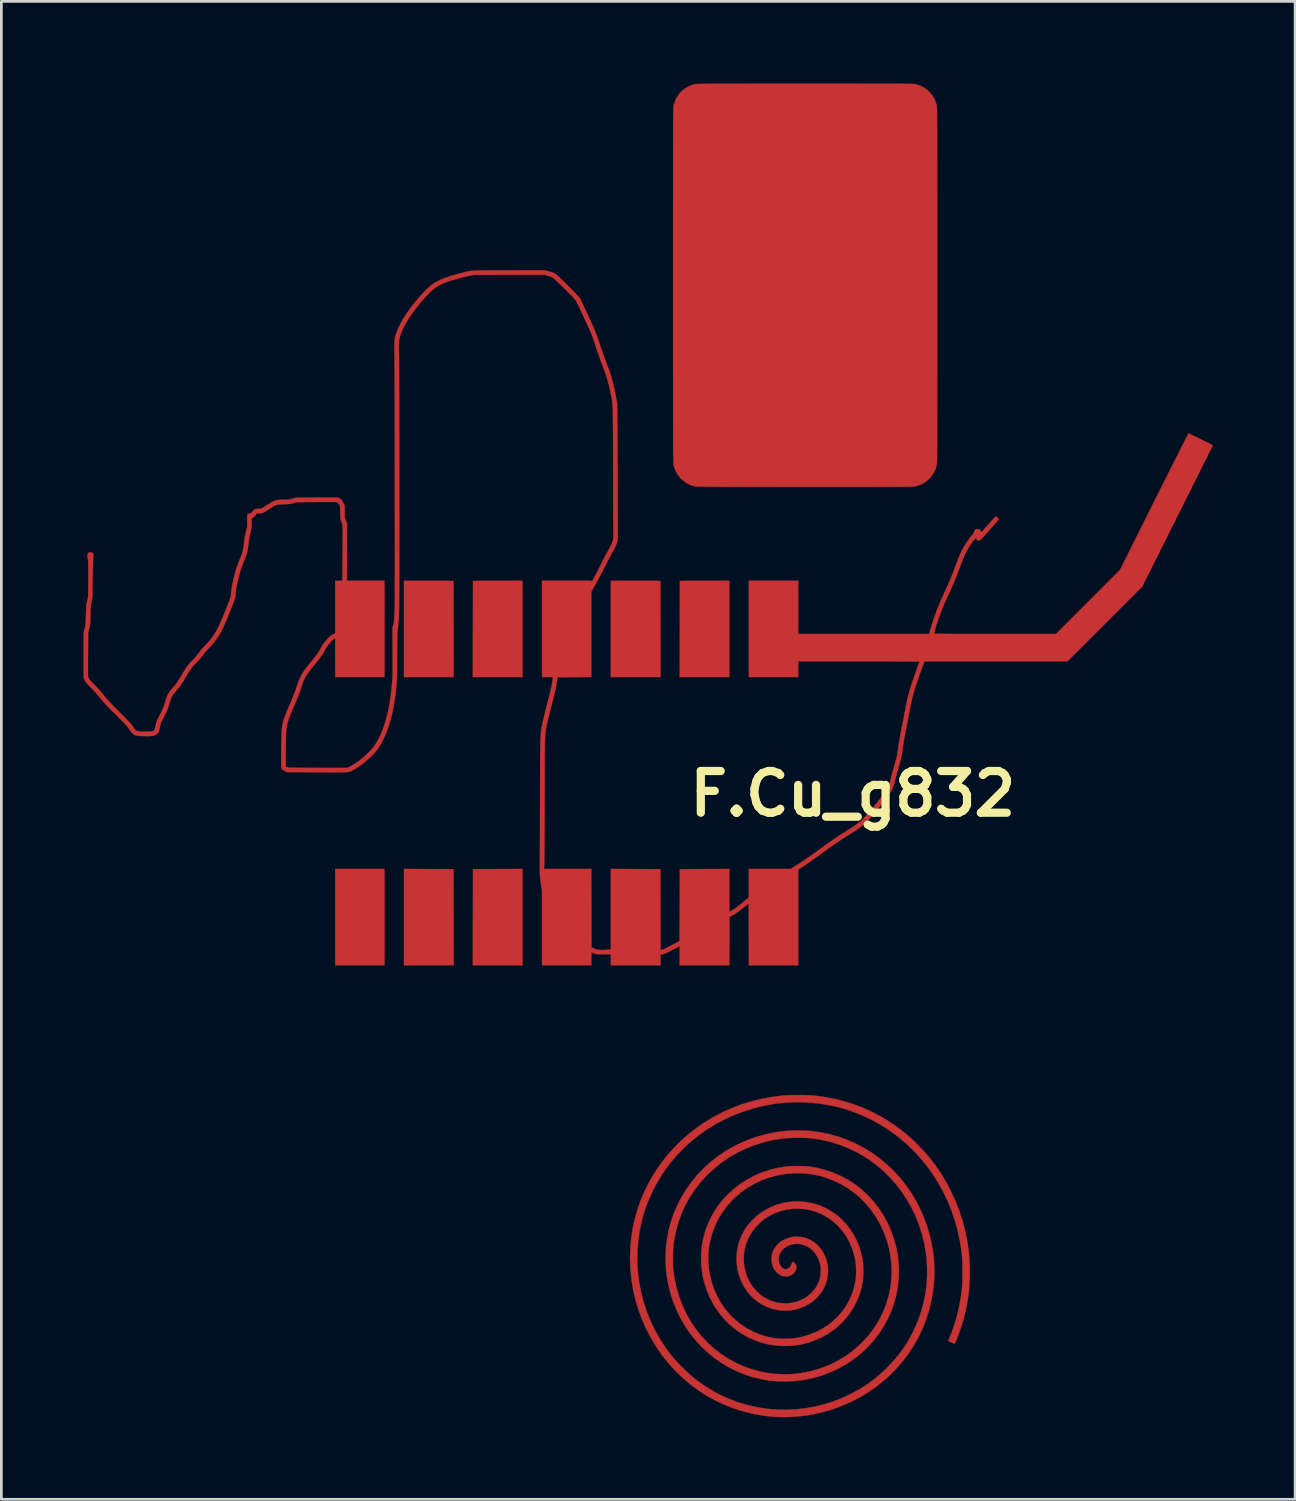
<source format=kicad_pcb>
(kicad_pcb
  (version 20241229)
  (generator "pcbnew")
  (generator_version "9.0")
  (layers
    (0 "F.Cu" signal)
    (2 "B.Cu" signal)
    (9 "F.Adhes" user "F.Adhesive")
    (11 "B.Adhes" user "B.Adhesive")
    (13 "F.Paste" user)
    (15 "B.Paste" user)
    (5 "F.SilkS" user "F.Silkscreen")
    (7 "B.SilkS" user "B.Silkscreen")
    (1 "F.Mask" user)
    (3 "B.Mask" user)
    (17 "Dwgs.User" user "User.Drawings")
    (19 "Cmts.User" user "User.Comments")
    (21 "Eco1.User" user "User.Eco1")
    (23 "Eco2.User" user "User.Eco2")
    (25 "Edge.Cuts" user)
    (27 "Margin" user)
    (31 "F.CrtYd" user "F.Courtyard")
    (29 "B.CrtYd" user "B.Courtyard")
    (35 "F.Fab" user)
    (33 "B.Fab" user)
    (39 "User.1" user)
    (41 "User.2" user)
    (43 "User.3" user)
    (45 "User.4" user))
  (footprint "F.Cu_g832"
    (layer "F.Cu")
    (at 28.104 25.951)
    (property "Reference" "F.Cu_g832" (at 0 0 0) (layer "F.SilkS") (effects (font (size 1.524 1.524) (thickness 0.3))))
    (attr through_hole)
    (fp_poly (pts (xy -17.107 6.261) (xy -18.91 6.261) (xy -18.91 2.743) (xy -17.107 2.743) (xy -17.107 6.261)) (stroke (width 0.01) (type solid)) (fill yes) (layer "F.Cu"))
    (fp_poly (pts (xy -12.065 -4.267) (xy -13.881 -4.267) (xy -13.875 -7.779) (xy -12.065 -7.785) (xy -12.065 -4.267)) (stroke (width 0.01) (type solid)) (fill yes) (layer "F.Cu"))
    (fp_poly (pts (xy -12.065 6.261) (xy -13.881 6.261) (xy -13.875 2.75) (xy -12.065 2.743) (xy -12.065 6.261)) (stroke (width 0.01) (type solid)) (fill yes) (layer "F.Cu"))
    (fp_poly (pts (xy -4.508 -4.267) (xy -6.325 -4.267) (xy -6.318 -7.779) (xy -4.508 -7.785) (xy -4.508 -4.267)) (stroke (width 0.01) (type solid)) (fill yes) (layer "F.Cu"))
    (fp_poly (pts (xy -14.586 -7.779) (xy -14.583 -6.023) (xy -14.58 -4.267) (xy -16.396 -4.267) (xy -16.396 -7.785) (xy -14.586 -7.779)) (stroke (width 0.01) (type solid)) (fill yes) (layer "F.Cu"))
    (fp_poly (pts (xy -14.586 2.75) (xy -14.583 4.505) (xy -14.58 6.261) (xy -16.396 6.261) (xy -16.396 2.743) (xy -14.586 2.75)) (stroke (width 0.01) (type solid)) (fill yes) (layer "F.Cu"))
    (fp_poly (pts (xy -7.029 -7.779) (xy -7.026 -6.023) (xy -7.023 -4.267) (xy -8.839 -4.267) (xy -8.839 -7.785) (xy -7.029 -7.779)) (stroke (width 0.01) (type solid)) (fill yes) (layer "F.Cu"))
    (fp_poly (pts (xy -1.363 -25.946) (xy -1.01 -25.946) (xy -0.681 -25.946) (xy -0.376 -25.946) (xy -0.092 -25.946) (xy 0.171 -25.946) (xy 0.413 -25.945) (xy 0.636 -25.945) (xy 0.84 -25.945) (xy 1.027 -25.945) (xy 1.196 -25.944) (xy 1.349 -25.944) (xy 1.487 -25.943) (xy 1.61 -25.943) (xy 1.72 -25.942) (xy 1.817 -25.941) (xy 1.902 -25.94) (xy 1.976 -25.939) (xy 2.04 -25.938) (xy 2.094 -25.937) (xy 2.14 -25.936) (xy 2.178 -25.935) (xy 2.209 -25.933) (xy 2.234 -25.932) (xy 2.254 -25.93) (xy 2.269 -25.928) (xy 2.281 -25.926) (xy 2.283 -25.926) (xy 2.433 -25.882) (xy 2.572 -25.817) (xy 2.7 -25.732) (xy 2.812 -25.629) (xy 2.908 -25.51) (xy 2.986 -25.378) (xy 3.043 -25.234) (xy 3.066 -25.143) (xy 3.067 -25.134) (xy 3.069 -25.122) (xy 3.07 -25.106) (xy 3.072 -25.086) (xy 3.073 -25.06) (xy 3.074 -25.028) (xy 3.075 -24.99) (xy 3.076 -24.945) (xy 3.077 -24.892) (xy 3.078 -24.831) (xy 3.079 -24.761) (xy 3.079 -24.681) (xy 3.08 -24.59) (xy 3.081 -24.489) (xy 3.081 -24.376) (xy 3.082 -24.251) (xy 3.083 -24.112) (xy 3.083 -23.96) (xy 3.083 -23.794) (xy 3.084 -23.613) (xy 3.084 -23.417) (xy 3.085 -23.204) (xy 3.085 -22.974) (xy 3.085 -22.727) (xy 3.085 -22.462) (xy 3.085 -22.178) (xy 3.086 -21.874) (xy 3.086 -21.55) (xy 3.086 -21.206) (xy 3.086 -20.84) (xy 3.086 -20.452) (xy 3.086 -20.042) (xy 3.086 -19.608) (xy 3.086 -19.15) (xy 3.086 -18.668) (xy 3.086 -18.58) (xy 3.086 -18.093) (xy 3.086 -17.631) (xy 3.086 -17.193) (xy 3.086 -16.779) (xy 3.086 -16.387) (xy 3.086 -16.017) (xy 3.086 -15.669) (xy 3.086 -15.342) (xy 3.085 -15.035) (xy 3.085 -14.747) (xy 3.085 -14.479) (xy 3.085 -14.228) (xy 3.085 -13.996) (xy 3.084 -13.78) (xy 3.084 -13.581) (xy 3.084 -13.397) (xy 3.083 -13.228) (xy 3.083 -13.074) (xy 3.082 -12.933) (xy 3.082 -12.805) (xy 3.081 -12.69) (xy 3.08 -12.587) (xy 3.08 -12.495) (xy 3.079 -12.413) (xy 3.078 -12.341) (xy 3.077 -12.278) (xy 3.076 -12.224) (xy 3.075 -12.177) (xy 3.074 -12.138) (xy 3.073 -12.105) (xy 3.072 -12.079) (xy 3.07 -12.057) (xy 3.069 -12.04) (xy 3.068 -12.028) (xy 3.066 -12.018) (xy 3.066 -12.017) (xy 3.023 -11.867) (xy 2.957 -11.728) (xy 2.872 -11.601) (xy 2.769 -11.488) (xy 2.65 -11.392) (xy 2.518 -11.314) (xy 2.374 -11.258) (xy 2.283 -11.234) (xy 2.272 -11.232) (xy 2.258 -11.231) (xy 2.239 -11.229) (xy 2.216 -11.227) (xy 2.187 -11.226) (xy 2.151 -11.225) (xy 2.107 -11.223) (xy 2.055 -11.222) (xy 1.994 -11.221) (xy 1.923 -11.22) (xy 1.841 -11.219) (xy 1.748 -11.219) (xy 1.642 -11.218) (xy 1.522 -11.217) (xy 1.388 -11.217) (xy 1.24 -11.216) (xy 1.075 -11.216) (xy 0.894 -11.216) (xy 0.695 -11.215) (xy 0.477 -11.215) (xy 0.24 -11.215) (xy -0.016 -11.215) (xy -0.294 -11.215) (xy -0.594 -11.215) (xy -0.916 -11.215) (xy -1.261 -11.215) (xy -1.631 -11.215) (xy -1.749 -11.215) (xy -2.128 -11.215) (xy -2.483 -11.215) (xy -2.814 -11.216) (xy -3.122 -11.216) (xy -3.408 -11.216) (xy -3.673 -11.216) (xy -3.917 -11.216) (xy -4.142 -11.217) (xy -4.347 -11.217) (xy -4.535 -11.218) (xy -4.706 -11.218) (xy -4.86 -11.219) (xy -4.999 -11.219) (xy -5.123 -11.22) (xy -5.234 -11.221) (xy -5.331 -11.221) (xy -5.416 -11.222) (xy -5.49 -11.223) (xy -5.553 -11.224) (xy -5.606 -11.225) (xy -5.651 -11.227) (xy -5.687 -11.228) (xy -5.716 -11.229) (xy -5.739 -11.231) (xy -5.756 -11.233) (xy -5.769 -11.235) (xy -5.772 -11.235) (xy -5.921 -11.28) (xy -6.059 -11.346) (xy -6.185 -11.433) (xy -6.297 -11.537) (xy -6.392 -11.657) (xy -6.469 -11.792) (xy -6.526 -11.938) (xy -6.541 -11.994) (xy -6.543 -12.002) (xy -6.545 -12.01) (xy -6.546 -12.02) (xy -6.548 -12.033) (xy -6.549 -12.047) (xy -6.551 -12.065) (xy -6.552 -12.087) (xy -6.553 -12.114) (xy -6.554 -12.146) (xy -6.556 -12.184) (xy -6.557 -12.228) (xy -6.557 -12.28) (xy -6.558 -12.34) (xy -6.559 -12.408) (xy -6.56 -12.485) (xy -6.561 -12.573) (xy -6.561 -12.671) (xy -6.562 -12.78) (xy -6.562 -12.901) (xy -6.563 -13.035) (xy -6.563 -13.182) (xy -6.564 -13.342) (xy -6.564 -13.518) (xy -6.564 -13.708) (xy -6.565 -13.914) (xy -6.565 -14.137) (xy -6.565 -14.377) (xy -6.565 -14.635) (xy -6.565 -14.911) (xy -6.565 -15.207) (xy -6.566 -15.522) (xy -6.566 -15.858) (xy -6.566 -16.214) (xy -6.566 -16.593) (xy -6.566 -16.994) (xy -6.566 -17.418) (xy -6.566 -17.866) (xy -6.566 -18.338) (xy -6.566 -18.58) (xy -6.566 -19.065) (xy -6.566 -19.524) (xy -6.566 -19.96) (xy -6.566 -20.372) (xy -6.566 -20.762) (xy -6.566 -21.129) (xy -6.566 -21.475) (xy -6.565 -21.801) (xy -6.565 -22.106) (xy -6.565 -22.391) (xy -6.565 -22.658) (xy -6.565 -22.907) (xy -6.565 -23.138) (xy -6.564 -23.352) (xy -6.564 -23.551) (xy -6.564 -23.733) (xy -6.563 -23.901) (xy -6.563 -24.055) (xy -6.563 -24.195) (xy -6.562 -24.322) (xy -6.562 -24.437) (xy -6.561 -24.54) (xy -6.56 -24.633) (xy -6.56 -24.715) (xy -6.559 -24.788) (xy -6.558 -24.852) (xy -6.557 -24.908) (xy -6.556 -24.956) (xy -6.555 -24.997) (xy -6.554 -25.031) (xy -6.553 -25.061) (xy -6.551 -25.085) (xy -6.55 -25.105) (xy -6.549 -25.121) (xy -6.547 -25.134) (xy -6.545 -25.145) (xy -6.544 -25.154) (xy -6.542 -25.163) (xy -6.541 -25.166) (xy -6.492 -25.317) (xy -6.422 -25.456) (xy -6.333 -25.582) (xy -6.227 -25.692) (xy -6.105 -25.785) (xy -5.97 -25.859) (xy -5.824 -25.912) (xy -5.763 -25.926) (xy -5.752 -25.928) (xy -5.738 -25.93) (xy -5.719 -25.931) (xy -5.695 -25.933) (xy -5.666 -25.934) (xy -5.629 -25.936) (xy -5.585 -25.937) (xy -5.533 -25.938) (xy -5.472 -25.939) (xy -5.4 -25.94) (xy -5.318 -25.941) (xy -5.223 -25.942) (xy -5.116 -25.942) (xy -4.996 -25.943) (xy -4.862 -25.944) (xy -4.712 -25.944) (xy -4.546 -25.945) (xy -4.364 -25.945) (xy -4.163 -25.945) (xy -3.945 -25.945) (xy -3.707 -25.946) (xy -3.449 -25.946) (xy -3.17 -25.946) (xy -2.869 -25.946) (xy -2.545 -25.946) (xy -2.198 -25.946) (xy -1.826 -25.946) (xy -1.74 -25.946) (xy -1.363 -25.946)) (stroke (width 0.01) (type solid)) (fill yes) (layer "F.Cu"))
    (fp_poly (pts (xy -1.836 11.005) (xy -1.713 11.007) (xy -1.601 11.01) (xy -1.505 11.014) (xy -1.429 11.02) (xy -1.422 11.021) (xy -1.034 11.073) (xy -0.663 11.144) (xy -0.306 11.233) (xy 0.04 11.341) (xy 0.375 11.469) (xy 0.703 11.618) (xy 1.025 11.788) (xy 1.168 11.872) (xy 1.457 12.055) (xy 1.728 12.249) (xy 1.987 12.459) (xy 2.24 12.687) (xy 2.329 12.774) (xy 2.58 13.034) (xy 2.81 13.299) (xy 3.021 13.573) (xy 3.216 13.859) (xy 3.398 14.161) (xy 3.57 14.483) (xy 3.581 14.505) (xy 3.752 14.875) (xy 3.898 15.252) (xy 4.022 15.636) (xy 4.121 16.024) (xy 4.196 16.416) (xy 4.247 16.812) (xy 4.275 17.209) (xy 4.278 17.606) (xy 4.257 18.003) (xy 4.213 18.398) (xy 4.144 18.79) (xy 4.05 19.179) (xy 3.933 19.562) (xy 3.815 19.88) (xy 3.788 19.947) (xy 3.764 20.005) (xy 3.745 20.051) (xy 3.733 20.08) (xy 3.728 20.088) (xy 3.715 20.086) (xy 3.684 20.074) (xy 3.64 20.057) (xy 3.603 20.041) (xy 3.483 19.988) (xy 3.544 19.844) (xy 3.665 19.53) (xy 3.771 19.198) (xy 3.859 18.851) (xy 3.93 18.491) (xy 3.983 18.121) (xy 3.984 18.117) (xy 3.992 18.028) (xy 3.998 17.92) (xy 4.003 17.795) (xy 4.006 17.659) (xy 4.007 17.517) (xy 4.007 17.373) (xy 4.005 17.232) (xy 4.002 17.099) (xy 3.996 16.978) (xy 3.99 16.874) (xy 3.984 16.817) (xy 3.925 16.404) (xy 3.842 16.002) (xy 3.737 15.61) (xy 3.609 15.228) (xy 3.457 14.858) (xy 3.283 14.498) (xy 3.086 14.149) (xy 2.932 13.909) (xy 2.707 13.594) (xy 2.463 13.297) (xy 2.202 13.017) (xy 1.925 12.755) (xy 1.633 12.512) (xy 1.327 12.288) (xy 1.008 12.085) (xy 0.677 11.903) (xy 0.335 11.742) (xy -0.017 11.603) (xy -0.378 11.488) (xy -0.747 11.396) (xy -0.826 11.38) (xy -1.209 11.316) (xy -1.595 11.277) (xy -1.981 11.263) (xy -2.367 11.273) (xy -2.75 11.309) (xy -2.762 11.31) (xy -3.145 11.372) (xy -3.524 11.459) (xy -3.897 11.569) (xy -4.262 11.703) (xy -4.618 11.86) (xy -4.964 12.04) (xy -5.297 12.241) (xy -5.314 12.252) (xy -5.62 12.467) (xy -5.913 12.703) (xy -6.191 12.958) (xy -6.452 13.231) (xy -6.694 13.52) (xy -6.811 13.676) (xy -6.986 13.932) (xy -7.15 14.206) (xy -7.302 14.493) (xy -7.437 14.786) (xy -7.553 15.08) (xy -7.597 15.208) (xy -7.698 15.555) (xy -7.777 15.911) (xy -7.832 16.274) (xy -7.864 16.641) (xy -7.873 17.009) (xy -7.859 17.377) (xy -7.82 17.741) (xy -7.804 17.851) (xy -7.731 18.226) (xy -7.634 18.594) (xy -7.514 18.952) (xy -7.369 19.301) (xy -7.202 19.641) (xy -7.011 19.971) (xy -6.798 20.29) (xy -6.611 20.536) (xy -6.546 20.614) (xy -6.465 20.704) (xy -6.373 20.803) (xy -6.272 20.906) (xy -6.169 21.009) (xy -6.065 21.109) (xy -5.966 21.201) (xy -5.876 21.281) (xy -5.804 21.341) (xy -5.613 21.486) (xy -5.409 21.627) (xy -5.198 21.76) (xy -4.99 21.88) (xy -4.863 21.946) (xy -4.536 22.096) (xy -4.201 22.223) (xy -3.86 22.326) (xy -3.514 22.405) (xy -3.165 22.46) (xy -2.813 22.493) (xy -2.46 22.502) (xy -2.107 22.487) (xy -1.756 22.45) (xy -1.407 22.389) (xy -1.063 22.306) (xy -0.723 22.199) (xy -0.39 22.07) (xy -0.065 21.918) (xy 0.251 21.744) (xy 0.517 21.575) (xy 0.701 21.444) (xy 0.875 21.307) (xy 1.045 21.16) (xy 1.218 20.995) (xy 1.258 20.956) (xy 1.465 20.738) (xy 1.651 20.52) (xy 1.819 20.297) (xy 1.973 20.065) (xy 2.115 19.817) (xy 2.197 19.659) (xy 2.344 19.338) (xy 2.467 19.01) (xy 2.565 18.675) (xy 2.639 18.333) (xy 2.689 17.987) (xy 2.714 17.637) (xy 2.714 17.284) (xy 2.689 16.929) (xy 2.667 16.751) (xy 2.607 16.407) (xy 2.523 16.069) (xy 2.417 15.741) (xy 2.29 15.421) (xy 2.142 15.113) (xy 1.973 14.816) (xy 1.786 14.533) (xy 1.579 14.264) (xy 1.356 14.011) (xy 1.115 13.774) (xy 0.858 13.556) (xy 0.585 13.356) (xy 0.393 13.233) (xy 0.105 13.071) (xy -0.189 12.932) (xy -0.49 12.815) (xy -0.801 12.72) (xy -1.124 12.645) (xy -1.461 12.589) (xy -1.511 12.583) (xy -1.586 12.576) (xy -1.681 12.571) (xy -1.791 12.568) (xy -1.912 12.566) (xy -2.038 12.566) (xy -2.163 12.568) (xy -2.284 12.572) (xy -2.395 12.577) (xy -2.491 12.583) (xy -2.559 12.59) (xy -2.91 12.647) (xy -3.25 12.727) (xy -3.579 12.829) (xy -3.897 12.953) (xy -4.202 13.099) (xy -4.495 13.267) (xy -4.774 13.455) (xy -5.039 13.665) (xy -5.289 13.895) (xy -5.361 13.967) (xy -5.584 14.215) (xy -5.785 14.477) (xy -5.965 14.75) (xy -6.122 15.036) (xy -6.257 15.334) (xy -6.369 15.643) (xy -6.458 15.964) (xy -6.525 16.296) (xy -6.549 16.453) (xy -6.557 16.533) (xy -6.563 16.633) (xy -6.568 16.747) (xy -6.571 16.869) (xy -6.572 16.995) (xy -6.571 17.118) (xy -6.568 17.232) (xy -6.563 17.333) (xy -6.556 17.414) (xy -6.555 17.418) (xy -6.504 17.755) (xy -6.43 18.082) (xy -6.334 18.398) (xy -6.217 18.703) (xy -6.079 18.995) (xy -5.921 19.274) (xy -5.744 19.539) (xy -5.547 19.788) (xy -5.331 20.022) (xy -5.096 20.238) (xy -4.844 20.437) (xy -4.816 20.458) (xy -4.55 20.633) (xy -4.275 20.784) (xy -3.99 20.913) (xy -3.698 21.019) (xy -3.4 21.101) (xy -3.097 21.159) (xy -2.79 21.194) (xy -2.48 21.205) (xy -2.169 21.192) (xy -1.859 21.155) (xy -1.549 21.093) (xy -1.242 21.007) (xy -1.067 20.946) (xy -0.781 20.827) (xy -0.509 20.687) (xy -0.25 20.528) (xy -0.006 20.351) (xy 0.222 20.156) (xy 0.434 19.945) (xy 0.628 19.719) (xy 0.802 19.479) (xy 0.957 19.227) (xy 1.092 18.963) (xy 1.204 18.688) (xy 1.293 18.403) (xy 1.303 18.365) (xy 1.367 18.067) (xy 1.406 17.767) (xy 1.42 17.466) (xy 1.41 17.166) (xy 1.376 16.869) (xy 1.318 16.576) (xy 1.236 16.288) (xy 1.132 16.007) (xy 1.004 15.734) (xy 0.853 15.47) (xy 0.681 15.217) (xy 0.66 15.189) (xy 0.479 14.971) (xy 0.28 14.769) (xy 0.064 14.585) (xy -0.166 14.418) (xy -0.409 14.271) (xy -0.663 14.145) (xy -0.926 14.04) (xy -1.195 13.959) (xy -1.403 13.913) (xy -1.689 13.873) (xy -1.975 13.857) (xy -2.259 13.866) (xy -2.54 13.897) (xy -2.817 13.952) (xy -3.087 14.029) (xy -3.35 14.127) (xy -3.603 14.248) (xy -3.845 14.389) (xy -4.074 14.551) (xy -4.289 14.732) (xy -4.381 14.821) (xy -4.57 15.027) (xy -4.737 15.247) (xy -4.884 15.48) (xy -5.009 15.725) (xy -5.111 15.98) (xy -5.19 16.244) (xy -5.246 16.515) (xy -5.251 16.549) (xy -5.277 16.813) (xy -5.278 17.08) (xy -5.257 17.347) (xy -5.212 17.611) (xy -5.145 17.871) (xy -5.056 18.123) (xy -4.946 18.366) (xy -4.815 18.598) (xy -4.665 18.815) (xy -4.658 18.823) (xy -4.486 19.027) (xy -4.297 19.211) (xy -4.094 19.376) (xy -3.878 19.52) (xy -3.65 19.643) (xy -3.412 19.744) (xy -3.164 19.822) (xy -2.908 19.876) (xy -2.863 19.883) (xy -2.759 19.895) (xy -2.64 19.902) (xy -2.511 19.905) (xy -2.381 19.904) (xy -2.258 19.898) (xy -2.148 19.889) (xy -2.102 19.883) (xy -1.84 19.831) (xy -1.589 19.757) (xy -1.35 19.662) (xy -1.124 19.546) (xy -0.912 19.41) (xy -0.715 19.254) (xy -0.558 19.104) (xy -0.394 18.917) (xy -0.253 18.72) (xy -0.134 18.511) (xy -0.036 18.29) (xy 0.041 18.056) (xy 0.097 17.806) (xy 0.097 17.805) (xy 0.109 17.719) (xy 0.116 17.614) (xy 0.12 17.497) (xy 0.119 17.375) (xy 0.115 17.256) (xy 0.107 17.145) (xy 0.095 17.049) (xy 0.091 17.031) (xy 0.036 16.791) (xy -0.041 16.562) (xy -0.138 16.346) (xy -0.254 16.143) (xy -0.388 15.955) (xy -0.54 15.784) (xy -0.708 15.63) (xy -0.891 15.495) (xy -1.09 15.379) (xy -1.114 15.367) (xy -1.323 15.278) (xy -1.538 15.212) (xy -1.757 15.17) (xy -1.978 15.153) (xy -2.199 15.159) (xy -2.419 15.189) (xy -2.634 15.242) (xy -2.845 15.318) (xy -3.048 15.418) (xy -3.185 15.502) (xy -3.308 15.595) (xy -3.431 15.708) (xy -3.549 15.835) (xy -3.656 15.97) (xy -3.748 16.108) (xy -3.821 16.244) (xy -3.897 16.439) (xy -3.95 16.638) (xy -3.979 16.841) (xy -3.984 17.044) (xy -3.966 17.245) (xy -3.925 17.444) (xy -3.861 17.636) (xy -3.774 17.82) (xy -3.705 17.935) (xy -3.646 18.015) (xy -3.574 18.101) (xy -3.493 18.187) (xy -3.409 18.266) (xy -3.329 18.333) (xy -3.277 18.37) (xy -3.107 18.466) (xy -2.932 18.539) (xy -2.752 18.588) (xy -2.569 18.612) (xy -2.385 18.613) (xy -2.203 18.59) (xy -2.023 18.543) (xy -1.849 18.472) (xy -1.748 18.418) (xy -1.665 18.362) (xy -1.578 18.29) (xy -1.493 18.208) (xy -1.415 18.121) (xy -1.35 18.035) (xy -1.317 17.983) (xy -1.252 17.851) (xy -1.207 17.723) (xy -1.181 17.59) (xy -1.172 17.474) (xy -1.17 17.386) (xy -1.172 17.314) (xy -1.179 17.25) (xy -1.187 17.208) (xy -1.228 17.059) (xy -1.287 16.923) (xy -1.362 16.802) (xy -1.45 16.696) (xy -1.551 16.607) (xy -1.662 16.535) (xy -1.781 16.482) (xy -1.906 16.45) (xy -2.036 16.438) (xy -2.167 16.449) (xy -2.299 16.482) (xy -2.384 16.518) (xy -2.486 16.579) (xy -2.571 16.658) (xy -2.639 16.75) (xy -2.686 16.853) (xy -2.704 16.924) (xy -2.71 17.013) (xy -2.698 17.101) (xy -2.671 17.184) (xy -2.629 17.256) (xy -2.576 17.315) (xy -2.513 17.353) (xy -2.508 17.355) (xy -2.453 17.369) (xy -2.406 17.363) (xy -2.359 17.335) (xy -2.35 17.328) (xy -2.326 17.31) (xy -2.312 17.304) (xy -2.311 17.306) (xy -2.305 17.3) (xy -2.291 17.276) (xy -2.27 17.237) (xy -2.253 17.205) (xy -2.229 17.158) (xy -2.208 17.121) (xy -2.193 17.099) (xy -2.189 17.094) (xy -2.167 17.103) (xy -2.138 17.127) (xy -2.109 17.157) (xy -2.085 17.189) (xy -2.078 17.2) (xy -2.059 17.269) (xy -2.062 17.339) (xy -2.084 17.408) (xy -2.124 17.473) (xy -2.178 17.531) (xy -2.245 17.578) (xy -2.321 17.612) (xy -2.403 17.63) (xy -2.438 17.631) (xy -2.546 17.619) (xy -2.647 17.583) (xy -2.738 17.524) (xy -2.82 17.441) (xy -2.839 17.416) (xy -2.901 17.318) (xy -2.941 17.213) (xy -2.964 17.095) (xy -2.969 17.037) (xy -2.965 16.9) (xy -2.94 16.773) (xy -2.892 16.656) (xy -2.82 16.545) (xy -2.737 16.451) (xy -2.684 16.4) (xy -2.638 16.362) (xy -2.59 16.33) (xy -2.532 16.299) (xy -2.501 16.284) (xy -2.383 16.233) (xy -2.273 16.199) (xy -2.161 16.181) (xy -2.037 16.176) (xy -2.026 16.176) (xy -1.866 16.19) (xy -1.714 16.226) (xy -1.571 16.285) (xy -1.437 16.363) (xy -1.315 16.46) (xy -1.206 16.573) (xy -1.111 16.701) (xy -1.032 16.842) (xy -0.97 16.995) (xy -0.928 17.159) (xy -0.905 17.33) (xy -0.902 17.429) (xy -0.915 17.613) (xy -0.952 17.79) (xy -1.011 17.96) (xy -1.092 18.121) (xy -1.193 18.27) (xy -1.312 18.408) (xy -1.45 18.531) (xy -1.603 18.638) (xy -1.773 18.728) (xy -1.938 18.794) (xy -2.135 18.847) (xy -2.333 18.875) (xy -2.532 18.879) (xy -2.728 18.861) (xy -2.921 18.82) (xy -3.108 18.756) (xy -3.287 18.672) (xy -3.457 18.567) (xy -3.615 18.442) (xy -3.759 18.298) (xy -3.883 18.143) (xy -4 17.956) (xy -4.096 17.758) (xy -4.168 17.552) (xy -4.218 17.34) (xy -4.245 17.123) (xy -4.248 16.905) (xy -4.228 16.686) (xy -4.183 16.469) (xy -4.137 16.32) (xy -4.052 16.114) (xy -3.947 15.922) (xy -3.823 15.743) (xy -3.681 15.58) (xy -3.524 15.432) (xy -3.354 15.3) (xy -3.17 15.185) (xy -2.976 15.088) (xy -2.773 15.009) (xy -2.562 14.949) (xy -2.346 14.909) (xy -2.125 14.889) (xy -1.901 14.891) (xy -1.676 14.914) (xy -1.452 14.96) (xy -1.23 15.029) (xy -1.219 15.033) (xy -0.995 15.13) (xy -0.785 15.248) (xy -0.588 15.385) (xy -0.407 15.542) (xy -0.242 15.716) (xy -0.093 15.906) (xy 0.038 16.111) (xy 0.15 16.33) (xy 0.242 16.562) (xy 0.313 16.805) (xy 0.363 17.056) (xy 0.373 17.147) (xy 0.381 17.255) (xy 0.385 17.373) (xy 0.385 17.493) (xy 0.382 17.608) (xy 0.376 17.71) (xy 0.37 17.767) (xy 0.322 18.025) (xy 0.251 18.275) (xy 0.155 18.515) (xy 0.134 18.562) (xy 0.008 18.798) (xy -0.137 19.017) (xy -0.301 19.219) (xy -0.483 19.404) (xy -0.683 19.571) (xy -0.902 19.721) (xy -1.139 19.853) (xy -1.143 19.855) (xy -1.383 19.963) (xy -1.624 20.048) (xy -1.868 20.11) (xy -2.121 20.15) (xy -2.304 20.166) (xy -2.577 20.171) (xy -2.846 20.15) (xy -3.11 20.106) (xy -3.367 20.039) (xy -3.616 19.949) (xy -3.856 19.837) (xy -4.085 19.705) (xy -4.303 19.551) (xy -4.508 19.378) (xy -4.699 19.186) (xy -4.874 18.976) (xy -5.032 18.747) (xy -5.091 18.65) (xy -5.225 18.398) (xy -5.335 18.137) (xy -5.422 17.869) (xy -5.486 17.596) (xy -5.526 17.319) (xy -5.543 17.041) (xy -5.537 16.762) (xy -5.508 16.484) (xy -5.455 16.21) (xy -5.378 15.94) (xy -5.279 15.677) (xy -5.16 15.431) (xy -5.056 15.248) (xy -4.945 15.08) (xy -4.824 14.92) (xy -4.687 14.762) (xy -4.566 14.636) (xy -4.346 14.433) (xy -4.112 14.251) (xy -3.864 14.091) (xy -3.602 13.951) (xy -3.328 13.834) (xy -3.043 13.738) (xy -2.745 13.664) (xy -2.437 13.613) (xy -2.432 13.613) (xy -2.365 13.607) (xy -2.278 13.602) (xy -2.177 13.599) (xy -2.069 13.597) (xy -1.958 13.597) (xy -1.85 13.599) (xy -1.751 13.602) (xy -1.666 13.607) (xy -1.607 13.612) (xy -1.303 13.663) (xy -1.007 13.738) (xy -0.72 13.836) (xy -0.443 13.956) (xy -0.177 14.097) (xy 0.076 14.26) (xy 0.241 14.385) (xy 0.316 14.447) (xy 0.4 14.524) (xy 0.49 14.609) (xy 0.58 14.697) (xy 0.663 14.784) (xy 0.735 14.862) (xy 0.76 14.892) (xy 0.951 15.139) (xy 1.121 15.399) (xy 1.268 15.669) (xy 1.394 15.949) (xy 1.497 16.236) (xy 1.578 16.53) (xy 1.637 16.828) (xy 1.672 17.13) (xy 1.685 17.435) (xy 1.674 17.739) (xy 1.639 18.043) (xy 1.581 18.344) (xy 1.498 18.641) (xy 1.414 18.879) (xy 1.286 19.168) (xy 1.137 19.444) (xy 0.967 19.706) (xy 0.778 19.954) (xy 0.57 20.187) (xy 0.345 20.403) (xy 0.102 20.602) (xy -0.157 20.783) (xy -0.431 20.945) (xy -0.719 21.088) (xy -1.021 21.21) (xy -1.18 21.265) (xy -1.484 21.35) (xy -1.795 21.412) (xy -2.112 21.451) (xy -2.432 21.468) (xy -2.75 21.462) (xy -3.065 21.432) (xy -3.34 21.386) (xy -3.657 21.308) (xy -3.965 21.207) (xy -4.263 21.083) (xy -4.55 20.938) (xy -4.825 20.772) (xy -5.087 20.586) (xy -5.334 20.381) (xy -5.567 20.157) (xy -5.783 19.916) (xy -5.983 19.657) (xy -6.164 19.383) (xy -6.327 19.093) (xy -6.426 18.887) (xy -6.555 18.573) (xy -6.66 18.252) (xy -6.741 17.926) (xy -6.798 17.595) (xy -6.832 17.263) (xy -6.841 16.93) (xy -6.827 16.597) (xy -6.788 16.266) (xy -6.726 15.939) (xy -6.64 15.617) (xy -6.544 15.342) (xy -6.412 15.029) (xy -6.257 14.73) (xy -6.083 14.444) (xy -5.888 14.172) (xy -5.675 13.916) (xy -5.445 13.675) (xy -5.197 13.451) (xy -4.934 13.244) (xy -4.656 13.055) (xy -4.364 12.886) (xy -4.059 12.736) (xy -3.742 12.606) (xy -3.414 12.498) (xy -3.076 12.411) (xy -2.908 12.378) (xy -2.772 12.354) (xy -2.647 12.335) (xy -2.529 12.321) (xy -2.409 12.311) (xy -2.283 12.305) (xy -2.142 12.302) (xy -2.013 12.301) (xy -1.873 12.301) (xy -1.753 12.304) (xy -1.646 12.308) (xy -1.546 12.315) (xy -1.448 12.325) (xy -1.345 12.339) (xy -1.231 12.356) (xy -1.185 12.364) (xy -0.847 12.433) (xy -0.516 12.527) (xy -0.195 12.643) (xy 0.118 12.781) (xy 0.419 12.941) (xy 0.709 13.121) (xy 0.987 13.322) (xy 1.251 13.541) (xy 1.499 13.779) (xy 1.733 14.034) (xy 1.949 14.306) (xy 2.147 14.594) (xy 2.327 14.898) (xy 2.412 15.061) (xy 2.562 15.386) (xy 2.689 15.72) (xy 2.794 16.061) (xy 2.877 16.406) (xy 2.936 16.755) (xy 2.972 17.104) (xy 2.984 17.451) (xy 2.973 17.767) (xy 2.936 18.139) (xy 2.874 18.502) (xy 2.79 18.856) (xy 2.682 19.2) (xy 2.551 19.533) (xy 2.397 19.857) (xy 2.221 20.168) (xy 2.023 20.468) (xy 1.802 20.756) (xy 1.561 21.03) (xy 1.297 21.292) (xy 1.108 21.459) (xy 0.839 21.672) (xy 0.551 21.87) (xy 0.248 22.051) (xy -0.069 22.213) (xy -0.396 22.357) (xy -0.731 22.48) (xy -1.072 22.582) (xy -1.416 22.661) (xy -1.562 22.687) (xy -1.765 22.717) (xy -1.979 22.74) (xy -2.197 22.756) (xy -2.413 22.765) (xy -2.619 22.767) (xy -2.81 22.761) (xy -2.857 22.758) (xy -3.236 22.72) (xy -3.607 22.657) (xy -3.971 22.57) (xy -4.326 22.459) (xy -4.673 22.325) (xy -5.01 22.167) (xy -5.338 21.985) (xy -5.6 21.819) (xy -5.904 21.598) (xy -6.192 21.357) (xy -6.464 21.098) (xy -6.717 20.822) (xy -6.953 20.528) (xy -7.17 20.217) (xy -7.368 19.89) (xy -7.545 19.552) (xy -7.701 19.199) (xy -7.834 18.838) (xy -7.943 18.47) (xy -8.028 18.097) (xy -8.089 17.719) (xy -8.126 17.339) (xy -8.139 16.957) (xy -8.127 16.575) (xy -8.09 16.195) (xy -8.045 15.903) (xy -7.965 15.53) (xy -7.86 15.165) (xy -7.733 14.809) (xy -7.583 14.463) (xy -7.411 14.128) (xy -7.218 13.804) (xy -7.004 13.493) (xy -6.77 13.195) (xy -6.517 12.912) (xy -6.245 12.645) (xy -5.954 12.393) (xy -5.647 12.16) (xy -5.446 12.022) (xy -5.111 11.818) (xy -4.768 11.636) (xy -4.415 11.478) (xy -4.053 11.341) (xy -3.679 11.226) (xy -3.293 11.134) (xy -2.894 11.062) (xy -2.635 11.028) (xy -2.559 11.021) (xy -2.463 11.015) (xy -2.351 11.011) (xy -2.228 11.007) (xy -2.098 11.005) (xy -1.966 11.004) (xy -1.836 11.005)) (stroke (width 0.01) (type solid)) (fill yes) (layer "F.Cu"))
    (fp_poly (pts (xy -11.125 -19.094) (xy -11.066 -19.078) (xy -11.015 -19.063) (xy -10.97 -19.046) (xy -10.927 -19.027) (xy -10.885 -19.004) (xy -10.842 -18.974) (xy -10.794 -18.937) (xy -10.741 -18.89) (xy -10.678 -18.832) (xy -10.605 -18.762) (xy -10.518 -18.676) (xy -10.423 -18.582) (xy -10.339 -18.497) (xy -10.258 -18.416) (xy -10.185 -18.34) (xy -10.119 -18.272) (xy -10.064 -18.214) (xy -10.022 -18.168) (xy -9.995 -18.136) (xy -9.987 -18.126) (xy -9.97 -18.097) (xy -9.944 -18.047) (xy -9.91 -17.979) (xy -9.868 -17.893) (xy -9.82 -17.792) (xy -9.766 -17.678) (xy -9.707 -17.554) (xy -9.645 -17.421) (xy -9.581 -17.281) (xy -9.515 -17.136) (xy -9.479 -17.058) (xy -9.438 -16.962) (xy -9.392 -16.844) (xy -9.341 -16.707) (xy -9.286 -16.552) (xy -9.24 -16.416) (xy -9.202 -16.301) (xy -9.16 -16.182) (xy -9.118 -16.062) (xy -9.078 -15.947) (xy -9.04 -15.844) (xy -9.008 -15.757) (xy -8.994 -15.723) (xy -8.961 -15.637) (xy -8.929 -15.55) (xy -8.898 -15.468) (xy -8.873 -15.396) (xy -8.854 -15.342) (xy -8.852 -15.335) (xy -8.823 -15.238) (xy -8.792 -15.122) (xy -8.759 -14.993) (xy -8.727 -14.856) (xy -8.695 -14.716) (xy -8.667 -14.58) (xy -8.642 -14.453) (xy -8.622 -14.34) (xy -8.611 -14.262) (xy -8.609 -14.235) (xy -8.607 -14.187) (xy -8.605 -14.117) (xy -8.603 -14.024) (xy -8.602 -13.909) (xy -8.6 -13.772) (xy -8.599 -13.611) (xy -8.597 -13.427) (xy -8.596 -13.219) (xy -8.595 -12.987) (xy -8.594 -12.731) (xy -8.593 -12.45) (xy -8.592 -12.144) (xy -8.591 -11.855) (xy -8.59 -11.613) (xy -8.59 -11.377) (xy -8.589 -11.147) (xy -8.588 -10.926) (xy -8.588 -10.714) (xy -8.587 -10.514) (xy -8.587 -10.325) (xy -8.586 -10.151) (xy -8.586 -9.991) (xy -8.585 -9.848) (xy -8.585 -9.723) (xy -8.584 -9.617) (xy -8.584 -9.532) (xy -8.584 -9.468) (xy -8.583 -9.428) (xy -8.583 -9.417) (xy -8.584 -9.349) (xy -8.587 -9.297) (xy -8.594 -9.252) (xy -8.606 -9.206) (xy -8.615 -9.179) (xy -8.644 -9.103) (xy -8.679 -9.022) (xy -8.724 -8.932) (xy -8.781 -8.828) (xy -8.814 -8.769) (xy -8.838 -8.726) (xy -8.871 -8.663) (xy -8.912 -8.586) (xy -8.957 -8.499) (xy -9.005 -8.404) (xy -9.054 -8.308) (xy -9.072 -8.272) (xy -9.126 -8.166) (xy -9.184 -8.054) (xy -9.243 -7.941) (xy -9.301 -7.832) (xy -9.355 -7.734) (xy -9.4 -7.653) (xy -9.404 -7.647) (xy -9.55 -7.392) (xy -9.55 -4.267) (xy -10.788 -4.261) (xy -10.809 -4.108) (xy -10.821 -4.031) (xy -10.836 -3.949) (xy -10.853 -3.861) (xy -10.874 -3.763) (xy -10.9 -3.653) (xy -10.93 -3.528) (xy -10.967 -3.384) (xy -11.009 -3.22) (xy -11.024 -3.164) (xy -11.053 -3.053) (xy -11.081 -2.941) (xy -11.108 -2.832) (xy -11.133 -2.732) (xy -11.153 -2.644) (xy -11.169 -2.574) (xy -11.176 -2.542) (xy -11.186 -2.494) (xy -11.194 -2.45) (xy -11.203 -2.409) (xy -11.21 -2.369) (xy -11.217 -2.329) (xy -11.222 -2.289) (xy -11.228 -2.246) (xy -11.232 -2.199) (xy -11.237 -2.148) (xy -11.24 -2.091) (xy -11.243 -2.026) (xy -11.246 -1.953) (xy -11.248 -1.87) (xy -11.25 -1.775) (xy -11.252 -1.669) (xy -11.253 -1.548) (xy -11.254 -1.413) (xy -11.255 -1.262) (xy -11.256 -1.093) (xy -11.256 -0.906) (xy -11.257 -0.699) (xy -11.257 -0.47) (xy -11.257 -0.219) (xy -11.257 0.055) (xy -11.258 0.159) (xy -11.258 0.396) (xy -11.258 0.628) (xy -11.259 0.854) (xy -11.26 1.072) (xy -11.26 1.281) (xy -11.261 1.479) (xy -11.262 1.665) (xy -11.263 1.838) (xy -11.264 1.995) (xy -11.265 2.136) (xy -11.266 2.259) (xy -11.267 2.362) (xy -11.268 2.445) (xy -11.269 2.505) (xy -11.271 2.541) (xy -11.271 2.543) (xy -11.281 2.743) (xy -9.551 2.743) (xy -9.547 4.175) (xy -9.544 5.607) (xy -9.5 5.629) (xy -9.425 5.661) (xy -9.351 5.684) (xy -9.271 5.699) (xy -9.181 5.705) (xy -9.075 5.704) (xy -8.963 5.697) (xy -8.839 5.687) (xy -8.839 2.743) (xy -7.029 2.75) (xy -7.023 5.706) (xy -6.975 5.698) (xy -6.96 5.695) (xy -6.943 5.69) (xy -6.921 5.682) (xy -6.891 5.669) (xy -6.853 5.65) (xy -6.802 5.625) (xy -6.737 5.592) (xy -6.655 5.55) (xy -6.554 5.498) (xy -6.509 5.474) (xy -6.331 5.382) (xy -6.318 2.75) (xy -4.508 2.743) (xy -4.508 4.306) (xy -4.42 4.261) (xy -4.376 4.236) (xy -4.318 4.197) (xy -4.245 4.144) (xy -4.157 4.076) (xy -4.053 3.993) (xy -3.931 3.893) (xy -3.896 3.864) (xy -3.797 3.782) (xy -3.797 2.743) (xy -2.273 2.743) (xy -2.105 2.64) (xy -2.023 2.589) (xy -1.938 2.535) (xy -1.85 2.476) (xy -1.754 2.412) (xy -1.649 2.339) (xy -1.532 2.256) (xy -1.401 2.163) (xy -1.253 2.056) (xy -1.193 2.012) (xy -1.063 1.918) (xy -0.949 1.836) (xy -0.85 1.765) (xy -0.763 1.703) (xy -0.684 1.648) (xy -0.611 1.599) (xy -0.54 1.552) (xy -0.469 1.506) (xy -0.395 1.459) (xy -0.314 1.408) (xy -0.286 1.391) (xy -0.134 1.295) (xy -0.002 1.211) (xy 0.109 1.135) (xy 0.204 1.067) (xy 0.275 1.013) (xy 0.328 0.966) (xy 0.394 0.9) (xy 0.471 0.817) (xy 0.559 0.719) (xy 0.655 0.607) (xy 0.757 0.483) (xy 0.865 0.349) (xy 0.97 0.216) (xy 1.057 0.102) (xy 1.13 0.005) (xy 1.19 -0.079) (xy 1.238 -0.154) (xy 1.277 -0.222) (xy 1.308 -0.287) (xy 1.333 -0.351) (xy 1.355 -0.418) (xy 1.374 -0.492) (xy 1.378 -0.508) (xy 1.389 -0.557) (xy 1.402 -0.61) (xy 1.418 -0.669) (xy 1.436 -0.737) (xy 1.459 -0.818) (xy 1.486 -0.914) (xy 1.518 -1.028) (xy 1.557 -1.164) (xy 1.564 -1.186) (xy 1.586 -1.267) (xy 1.605 -1.343) (xy 1.621 -1.418) (xy 1.635 -1.501) (xy 1.649 -1.596) (xy 1.663 -1.708) (xy 1.672 -1.769) (xy 1.685 -1.85) (xy 1.701 -1.948) (xy 1.721 -2.059) (xy 1.742 -2.178) (xy 1.766 -2.302) (xy 1.79 -2.426) (xy 1.797 -2.464) (xy 1.822 -2.587) (xy 1.846 -2.712) (xy 1.87 -2.833) (xy 1.892 -2.947) (xy 1.911 -3.049) (xy 1.928 -3.135) (xy 1.941 -3.203) (xy 1.943 -3.218) (xy 1.978 -3.389) (xy 2.019 -3.566) (xy 2.069 -3.751) (xy 2.128 -3.947) (xy 2.197 -4.157) (xy 2.276 -4.385) (xy 2.348 -4.58) (xy 2.375 -4.654) (xy 2.399 -4.719) (xy 2.419 -4.773) (xy 2.432 -4.811) (xy 2.438 -4.829) (xy 2.438 -4.831) (xy 2.426 -4.832) (xy 2.389 -4.832) (xy 2.33 -4.833) (xy 2.249 -4.834) (xy 2.148 -4.835) (xy 2.028 -4.835) (xy 1.89 -4.836) (xy 1.735 -4.837) (xy 1.566 -4.837) (xy 1.383 -4.838) (xy 1.187 -4.838) (xy 0.98 -4.838) (xy 0.763 -4.838) (xy 0.538 -4.839) (xy 0.305 -4.839) (xy 0.222 -4.839) (xy -1.994 -4.839) (xy -1.994 -4.267) (xy -3.797 -4.267) (xy -3.797 -7.785) (xy -1.994 -7.785) (xy -1.994 -5.842) (xy 2.788 -5.842) (xy 2.831 -5.998) (xy 2.894 -6.208) (xy 2.97 -6.434) (xy 3.057 -6.67) (xy 3.154 -6.913) (xy 3.259 -7.157) (xy 3.328 -7.309) (xy 3.371 -7.403) (xy 3.417 -7.504) (xy 3.462 -7.605) (xy 3.504 -7.699) (xy 3.538 -7.779) (xy 3.545 -7.795) (xy 3.57 -7.855) (xy 3.594 -7.912) (xy 3.618 -7.971) (xy 3.643 -8.035) (xy 3.671 -8.106) (xy 3.702 -8.188) (xy 3.738 -8.283) (xy 3.78 -8.396) (xy 3.829 -8.53) (xy 3.838 -8.553) (xy 3.906 -8.721) (xy 3.986 -8.889) (xy 4.075 -9.051) (xy 4.17 -9.204) (xy 4.268 -9.342) (xy 4.367 -9.46) (xy 4.385 -9.479) (xy 4.42 -9.525) (xy 4.432 -9.564) (xy 4.441 -9.598) (xy 4.461 -9.633) (xy 4.463 -9.635) (xy 4.486 -9.658) (xy 4.513 -9.668) (xy 4.554 -9.671) (xy 4.557 -9.671) (xy 4.615 -9.663) (xy 4.656 -9.638) (xy 4.681 -9.595) (xy 4.684 -9.584) (xy 4.687 -9.573) (xy 4.692 -9.567) (xy 4.699 -9.567) (xy 4.712 -9.575) (xy 4.731 -9.593) (xy 4.759 -9.622) (xy 4.797 -9.664) (xy 4.848 -9.721) (xy 4.912 -9.794) (xy 4.951 -9.84) (xy 5.016 -9.913) (xy 5.075 -9.979) (xy 5.128 -10.037) (xy 5.171 -10.083) (xy 5.203 -10.116) (xy 5.221 -10.133) (xy 5.224 -10.135) (xy 5.241 -10.126) (xy 5.268 -10.104) (xy 5.289 -10.085) (xy 5.338 -10.034) (xy 5.181 -9.853) (xy 5.109 -9.77) (xy 5.035 -9.686) (xy 4.963 -9.604) (xy 4.894 -9.527) (xy 4.831 -9.456) (xy 4.776 -9.396) (xy 4.731 -9.348) (xy 4.7 -9.315) (xy 4.691 -9.307) (xy 4.656 -9.28) (xy 4.621 -9.26) (xy 4.618 -9.259) (xy 4.591 -9.252) (xy 4.57 -9.258) (xy 4.545 -9.279) (xy 4.521 -9.31) (xy 4.509 -9.34) (xy 4.508 -9.344) (xy 4.506 -9.355) (xy 4.497 -9.353) (xy 4.478 -9.335) (xy 4.448 -9.3) (xy 4.429 -9.275) (xy 4.378 -9.211) (xy 4.338 -9.159) (xy 4.306 -9.116) (xy 4.278 -9.073) (xy 4.248 -9.025) (xy 4.214 -8.966) (xy 4.204 -8.949) (xy 4.158 -8.866) (xy 4.115 -8.782) (xy 4.073 -8.692) (xy 4.031 -8.593) (xy 3.986 -8.479) (xy 3.936 -8.345) (xy 3.931 -8.331) (xy 3.87 -8.167) (xy 3.811 -8.013) (xy 3.751 -7.863) (xy 3.688 -7.712) (xy 3.62 -7.555) (xy 3.545 -7.388) (xy 3.461 -7.204) (xy 3.442 -7.163) (xy 3.365 -6.994) (xy 3.295 -6.83) (xy 3.23 -6.668) (xy 3.168 -6.502) (xy 3.108 -6.327) (xy 3.047 -6.138) (xy 2.984 -5.931) (xy 2.964 -5.864) (xy 2.964 -5.861) (xy 2.967 -5.859) (xy 2.973 -5.857) (xy 2.984 -5.855) (xy 3.001 -5.853) (xy 3.025 -5.851) (xy 3.057 -5.849) (xy 3.099 -5.848) (xy 3.15 -5.847) (xy 3.213 -5.846) (xy 3.288 -5.845) (xy 3.377 -5.844) (xy 3.481 -5.844) (xy 3.6 -5.843) (xy 3.737 -5.843) (xy 3.891 -5.843) (xy 4.064 -5.842) (xy 4.257 -5.842) (xy 4.472 -5.842) (xy 4.709 -5.842) (xy 4.969 -5.842) (xy 5.19 -5.842) (xy 7.423 -5.842) (xy 8.594 -7.014) (xy 9.764 -8.185) (xy 11.01 -10.678) (xy 11.128 -10.914) (xy 11.243 -11.144) (xy 11.355 -11.367) (xy 11.463 -11.582) (xy 11.566 -11.788) (xy 11.665 -11.984) (xy 11.757 -12.168) (xy 11.844 -12.34) (xy 11.924 -12.499) (xy 11.997 -12.644) (xy 12.063 -12.773) (xy 12.12 -12.886) (xy 12.169 -12.982) (xy 12.209 -13.059) (xy 12.239 -13.116) (xy 12.259 -13.154) (xy 12.268 -13.169) (xy 12.268 -13.17) (xy 12.282 -13.164) (xy 12.316 -13.149) (xy 12.368 -13.124) (xy 12.434 -13.092) (xy 12.513 -13.053) (xy 12.602 -13.009) (xy 12.699 -12.961) (xy 12.718 -12.952) (xy 13.155 -12.733) (xy 11.866 -10.154) (xy 10.577 -7.576) (xy 9.21 -6.207) (xy 7.842 -4.839) (xy 2.619 -4.839) (xy 2.521 -4.575) (xy 2.443 -4.363) (xy 2.375 -4.171) (xy 2.316 -3.995) (xy 2.264 -3.833) (xy 2.22 -3.681) (xy 2.181 -3.535) (xy 2.147 -3.393) (xy 2.116 -3.252) (xy 2.089 -3.107) (xy 2.083 -3.073) (xy 2.078 -3.043) (xy 2.068 -2.991) (xy 2.054 -2.921) (xy 2.037 -2.834) (xy 2.018 -2.736) (xy 1.997 -2.627) (xy 1.974 -2.512) (xy 1.962 -2.451) (xy 1.938 -2.326) (xy 1.913 -2.198) (xy 1.89 -2.072) (xy 1.869 -1.953) (xy 1.851 -1.844) (xy 1.836 -1.751) (xy 1.825 -1.677) (xy 1.823 -1.662) (xy 1.808 -1.551) (xy 1.794 -1.456) (xy 1.779 -1.372) (xy 1.761 -1.29) (xy 1.74 -1.205) (xy 1.714 -1.11) (xy 1.68 -0.999) (xy 1.676 -0.985) (xy 1.65 -0.894) (xy 1.621 -0.792) (xy 1.593 -0.688) (xy 1.569 -0.595) (xy 1.562 -0.566) (xy 1.535 -0.459) (xy 1.512 -0.373) (xy 1.491 -0.303) (xy 1.47 -0.244) (xy 1.447 -0.192) (xy 1.422 -0.142) (xy 1.417 -0.132) (xy 1.377 -0.066) (xy 1.323 0.016) (xy 1.255 0.111) (xy 1.177 0.217) (xy 1.09 0.33) (xy 0.997 0.448) (xy 0.9 0.569) (xy 0.8 0.689) (xy 0.701 0.805) (xy 0.603 0.916) (xy 0.581 0.941) (xy 0.496 1.029) (xy 0.402 1.115) (xy 0.296 1.201) (xy 0.175 1.289) (xy 0.036 1.383) (xy -0.097 1.467) (xy -0.281 1.582) (xy -0.463 1.701) (xy -0.647 1.825) (xy -0.839 1.959) (xy -1.044 2.107) (xy -1.048 2.109) (xy -1.183 2.208) (xy -1.3 2.292) (xy -1.401 2.365) (xy -1.49 2.429) (xy -1.568 2.484) (xy -1.639 2.533) (xy -1.704 2.577) (xy -1.766 2.619) (xy -1.828 2.66) (xy -1.828 2.66) (xy -1.994 2.768) (xy -1.994 6.261) (xy -3.797 6.261) (xy -3.804 4.002) (xy -4.017 4.175) (xy -4.131 4.263) (xy -4.229 4.335) (xy -4.316 4.391) (xy -4.367 4.42) (xy -4.502 4.492) (xy -4.505 5.377) (xy -4.509 6.261) (xy -6.325 6.261) (xy -6.325 5.56) (xy -6.474 5.64) (xy -6.583 5.698) (xy -6.673 5.745) (xy -6.746 5.782) (xy -6.805 5.81) (xy -6.853 5.831) (xy -6.893 5.845) (xy -6.927 5.855) (xy -6.944 5.858) (xy -7.023 5.873) (xy -7.023 6.261) (xy -8.839 6.261) (xy -8.839 5.86) (xy -9.103 5.861) (xy -9.191 5.861) (xy -9.259 5.86) (xy -9.31 5.859) (xy -9.348 5.856) (xy -9.378 5.851) (xy -9.405 5.844) (xy -9.432 5.835) (xy -9.453 5.826) (xy -9.496 5.809) (xy -9.529 5.797) (xy -9.545 5.791) (xy -9.546 5.791) (xy -9.547 5.803) (xy -9.548 5.837) (xy -9.549 5.888) (xy -9.55 5.952) (xy -9.55 6.026) (xy -9.55 6.261) (xy -11.354 6.261) (xy -11.354 3.531) (xy -11.393 3.28) (xy -11.407 3.194) (xy -11.417 3.123) (xy -11.424 3.06) (xy -11.428 3) (xy -11.431 2.934) (xy -11.432 2.858) (xy -11.432 2.764) (xy -11.432 2.737) (xy -11.432 2.693) (xy -11.432 2.625) (xy -11.432 2.534) (xy -11.431 2.423) (xy -11.431 2.292) (xy -11.431 2.144) (xy -11.43 1.979) (xy -11.43 1.799) (xy -11.429 1.607) (xy -11.429 1.402) (xy -11.428 1.187) (xy -11.428 0.964) (xy -11.427 0.733) (xy -11.426 0.497) (xy -11.426 0.256) (xy -11.426 0.216) (xy -11.425 -0.072) (xy -11.424 -0.335) (xy -11.424 -0.576) (xy -11.423 -0.795) (xy -11.422 -0.993) (xy -11.422 -1.173) (xy -11.421 -1.334) (xy -11.419 -1.479) (xy -11.418 -1.608) (xy -11.416 -1.724) (xy -11.414 -1.826) (xy -11.412 -1.917) (xy -11.409 -1.997) (xy -11.406 -2.068) (xy -11.403 -2.131) (xy -11.398 -2.187) (xy -11.394 -2.238) (xy -11.388 -2.285) (xy -11.382 -2.329) (xy -11.376 -2.371) (xy -11.368 -2.413) (xy -11.36 -2.456) (xy -11.351 -2.5) (xy -11.342 -2.548) (xy -11.334 -2.584) (xy -11.32 -2.651) (xy -11.3 -2.736) (xy -11.276 -2.837) (xy -11.249 -2.947) (xy -11.22 -3.062) (xy -11.191 -3.176) (xy -11.176 -3.232) (xy -11.129 -3.414) (xy -11.087 -3.583) (xy -11.05 -3.738) (xy -11.019 -3.877) (xy -10.994 -3.998) (xy -10.976 -4.099) (xy -10.965 -4.178) (xy -10.965 -4.181) (xy -10.957 -4.267) (xy -11.354 -4.267) (xy -11.354 -7.785) (xy -9.552 -7.785) (xy -9.548 -7.758) (xy -9.541 -7.756) (xy -9.523 -7.777) (xy -9.495 -7.82) (xy -9.457 -7.886) (xy -9.409 -7.975) (xy -9.351 -8.085) (xy -9.283 -8.218) (xy -9.206 -8.372) (xy -9.197 -8.388) (xy -9.15 -8.482) (xy -9.104 -8.573) (xy -9.061 -8.657) (xy -9.022 -8.732) (xy -8.989 -8.792) (xy -8.966 -8.835) (xy -8.961 -8.843) (xy -8.912 -8.929) (xy -8.865 -9.018) (xy -8.823 -9.103) (xy -8.79 -9.178) (xy -8.769 -9.233) (xy -8.756 -9.281) (xy -8.749 -9.335) (xy -8.747 -9.404) (xy -8.748 -9.43) (xy -8.748 -9.456) (xy -8.748 -9.506) (xy -8.749 -9.578) (xy -8.749 -9.672) (xy -8.75 -9.786) (xy -8.75 -9.919) (xy -8.751 -10.069) (xy -8.751 -10.235) (xy -8.752 -10.415) (xy -8.753 -10.608) (xy -8.753 -10.814) (xy -8.754 -11.029) (xy -8.754 -11.254) (xy -8.755 -11.487) (xy -8.756 -11.726) (xy -8.756 -11.861) (xy -8.757 -12.149) (xy -8.757 -12.412) (xy -8.758 -12.653) (xy -8.758 -12.871) (xy -8.759 -13.07) (xy -8.76 -13.249) (xy -8.761 -13.41) (xy -8.762 -13.554) (xy -8.763 -13.682) (xy -8.764 -13.796) (xy -8.766 -13.897) (xy -8.768 -13.987) (xy -8.77 -14.065) (xy -8.773 -14.134) (xy -8.776 -14.195) (xy -8.78 -14.248) (xy -8.784 -14.296) (xy -8.789 -14.34) (xy -8.795 -14.38) (xy -8.801 -14.418) (xy -8.807 -14.455) (xy -8.815 -14.492) (xy -8.823 -14.531) (xy -8.832 -14.573) (xy -8.842 -14.619) (xy -8.847 -14.643) (xy -8.885 -14.817) (xy -8.922 -14.972) (xy -8.96 -15.116) (xy -9.001 -15.254) (xy -9.048 -15.395) (xy -9.101 -15.544) (xy -9.164 -15.709) (xy -9.169 -15.723) (xy -9.198 -15.798) (xy -9.232 -15.891) (xy -9.27 -15.997) (xy -9.31 -16.11) (xy -9.349 -16.223) (xy -9.385 -16.332) (xy -9.388 -16.339) (xy -9.42 -16.437) (xy -9.452 -16.531) (xy -9.481 -16.617) (xy -9.507 -16.692) (xy -9.528 -16.752) (xy -9.543 -16.793) (xy -9.547 -16.802) (xy -9.56 -16.835) (xy -9.583 -16.886) (xy -9.614 -16.954) (xy -9.65 -17.036) (xy -9.692 -17.127) (xy -9.738 -17.227) (xy -9.786 -17.331) (xy -9.835 -17.437) (xy -9.884 -17.543) (xy -9.932 -17.644) (xy -9.976 -17.739) (xy -10.016 -17.824) (xy -10.051 -17.897) (xy -10.078 -17.954) (xy -10.098 -17.993) (xy -10.106 -18.009) (xy -10.124 -18.034) (xy -10.159 -18.074) (xy -10.207 -18.127) (xy -10.266 -18.189) (xy -10.334 -18.26) (xy -10.409 -18.335) (xy -10.487 -18.414) (xy -10.567 -18.493) (xy -10.646 -18.57) (xy -10.722 -18.643) (xy -10.792 -18.71) (xy -10.854 -18.767) (xy -10.905 -18.814) (xy -10.944 -18.846) (xy -10.967 -18.862) (xy -11.009 -18.882) (xy -11.066 -18.903) (xy -11.126 -18.924) (xy -11.145 -18.929) (xy -11.259 -18.963) (xy -13.849 -18.96) (xy -14.004 -18.928) (xy -14.105 -18.906) (xy -14.22 -18.878) (xy -14.344 -18.847) (xy -14.469 -18.813) (xy -14.588 -18.779) (xy -14.694 -18.746) (xy -14.773 -18.721) (xy -14.911 -18.67) (xy -15.032 -18.617) (xy -15.142 -18.558) (xy -15.244 -18.492) (xy -15.344 -18.415) (xy -15.445 -18.323) (xy -15.554 -18.213) (xy -15.593 -18.171) (xy -15.763 -17.981) (xy -15.919 -17.791) (xy -16.062 -17.604) (xy -16.189 -17.421) (xy -16.3 -17.242) (xy -16.394 -17.071) (xy -16.471 -16.908) (xy -16.528 -16.755) (xy -16.565 -16.614) (xy -16.575 -16.561) (xy -16.58 -16.515) (xy -16.583 -16.459) (xy -16.584 -16.391) (xy -16.584 -16.307) (xy -16.581 -16.203) (xy -16.579 -16.116) (xy -16.578 -16.078) (xy -16.577 -16.016) (xy -16.576 -15.93) (xy -16.575 -15.822) (xy -16.575 -15.693) (xy -16.574 -15.542) (xy -16.573 -15.373) (xy -16.572 -15.185) (xy -16.572 -14.979) (xy -16.571 -14.757) (xy -16.571 -14.519) (xy -16.57 -14.267) (xy -16.569 -14.001) (xy -16.569 -13.722) (xy -16.569 -13.432) (xy -16.568 -13.131) (xy -16.568 -12.821) (xy -16.568 -12.502) (xy -16.567 -12.175) (xy -16.567 -11.841) (xy -16.567 -11.502) (xy -16.567 -11.189) (xy -16.567 -10.781) (xy -16.567 -10.398) (xy -16.567 -10.039) (xy -16.567 -9.703) (xy -16.567 -9.389) (xy -16.567 -9.097) (xy -16.568 -8.824) (xy -16.568 -8.572) (xy -16.568 -8.338) (xy -16.568 -8.123) (xy -16.569 -7.925) (xy -16.569 -7.743) (xy -16.569 -7.577) (xy -16.57 -7.425) (xy -16.57 -7.288) (xy -16.571 -7.164) (xy -16.572 -7.052) (xy -16.572 -6.952) (xy -16.573 -6.863) (xy -16.574 -6.783) (xy -16.575 -6.713) (xy -16.576 -6.651) (xy -16.577 -6.596) (xy -16.579 -6.548) (xy -16.58 -6.506) (xy -16.581 -6.469) (xy -16.583 -6.436) (xy -16.585 -6.407) (xy -16.586 -6.38) (xy -16.588 -6.355) (xy -16.59 -6.337) (xy -16.598 -6.253) (xy -16.606 -6.172) (xy -16.614 -6.1) (xy -16.621 -6.042) (xy -16.627 -6.003) (xy -16.628 -6.001) (xy -16.631 -5.975) (xy -16.634 -5.932) (xy -16.637 -5.873) (xy -16.639 -5.795) (xy -16.641 -5.697) (xy -16.642 -5.578) (xy -16.643 -5.437) (xy -16.644 -5.273) (xy -16.644 -5.099) (xy -16.645 -4.911) (xy -16.645 -4.745) (xy -16.647 -4.599) (xy -16.648 -4.47) (xy -16.651 -4.355) (xy -16.654 -4.25) (xy -16.659 -4.154) (xy -16.664 -4.064) (xy -16.671 -3.976) (xy -16.68 -3.888) (xy -16.689 -3.796) (xy -16.701 -3.699) (xy -16.714 -3.594) (xy -16.763 -3.261) (xy -16.825 -2.949) (xy -16.899 -2.657) (xy -16.985 -2.386) (xy -17.083 -2.136) (xy -17.192 -1.908) (xy -17.313 -1.702) (xy -17.384 -1.6) (xy -17.462 -1.503) (xy -17.56 -1.399) (xy -17.673 -1.292) (xy -17.797 -1.186) (xy -17.927 -1.084) (xy -18.059 -0.989) (xy -18.19 -0.907) (xy -18.218 -0.89) (xy -18.251 -0.871) (xy -18.279 -0.855) (xy -18.305 -0.84) (xy -18.331 -0.828) (xy -18.358 -0.817) (xy -18.389 -0.808) (xy -18.424 -0.801) (xy -18.465 -0.795) (xy -18.515 -0.79) (xy -18.575 -0.787) (xy -18.646 -0.785) (xy -18.732 -0.783) (xy -18.832 -0.783) (xy -18.95 -0.783) (xy -19.086 -0.783) (xy -19.243 -0.784) (xy -19.422 -0.786) (xy -19.577 -0.787) (xy -20.67 -0.794) (xy -20.758 -0.838) (xy -20.803 -0.864) (xy -20.842 -0.89) (xy -20.865 -0.912) (xy -20.866 -0.914) (xy -20.871 -0.923) (xy -20.874 -0.937) (xy -20.877 -0.956) (xy -20.88 -0.984) (xy -20.881 -1.022) (xy -20.882 -1.072) (xy -20.882 -1.137) (xy -20.882 -1.218) (xy -20.881 -1.318) (xy -20.88 -1.439) (xy -20.879 -1.582) (xy -20.878 -1.632) (xy -20.876 -1.805) (xy -20.874 -1.956) (xy -20.871 -2.088) (xy -20.867 -2.204) (xy -20.862 -2.306) (xy -20.854 -2.397) (xy -20.843 -2.482) (xy -20.828 -2.562) (xy -20.809 -2.641) (xy -20.786 -2.721) (xy -20.756 -2.807) (xy -20.721 -2.9) (xy -20.679 -3.004) (xy -20.63 -3.121) (xy -20.573 -3.256) (xy -20.526 -3.365) (xy -20.476 -3.484) (xy -20.43 -3.6) (xy -20.387 -3.707) (xy -20.352 -3.803) (xy -20.323 -3.884) (xy -20.308 -3.931) (xy -20.251 -4.101) (xy -20.185 -4.256) (xy -20.105 -4.403) (xy -20.008 -4.549) (xy -19.916 -4.667) (xy -19.829 -4.775) (xy -19.756 -4.865) (xy -19.695 -4.941) (xy -19.646 -5.003) (xy -19.605 -5.055) (xy -19.572 -5.099) (xy -19.544 -5.137) (xy -19.52 -5.172) (xy -19.499 -5.206) (xy -19.479 -5.241) (xy -19.457 -5.28) (xy -19.433 -5.325) (xy -19.406 -5.374) (xy -19.354 -5.46) (xy -19.294 -5.544) (xy -19.227 -5.625) (xy -19.158 -5.699) (xy -19.09 -5.761) (xy -19.027 -5.809) (xy -18.97 -5.838) (xy -18.956 -5.843) (xy -18.91 -5.856) (xy -18.91 -7.785) (xy -18.646 -7.785) (xy -18.641 -8.798) (xy -18.636 -9.811) (xy -18.666 -9.9) (xy -18.683 -9.95) (xy -18.699 -9.995) (xy -18.71 -10.027) (xy -18.71 -10.027) (xy -18.715 -10.052) (xy -18.719 -10.097) (xy -18.722 -10.158) (xy -18.724 -10.228) (xy -18.725 -10.281) (xy -18.726 -10.361) (xy -18.727 -10.42) (xy -18.73 -10.463) (xy -18.734 -10.495) (xy -18.74 -10.519) (xy -18.75 -10.541) (xy -18.756 -10.554) (xy -18.779 -10.593) (xy -18.802 -10.627) (xy -18.81 -10.638) (xy -18.816 -10.643) (xy -18.823 -10.648) (xy -18.832 -10.652) (xy -18.848 -10.655) (xy -18.87 -10.658) (xy -18.901 -10.66) (xy -18.943 -10.661) (xy -18.999 -10.662) (xy -19.069 -10.662) (xy -19.157 -10.662) (xy -19.264 -10.662) (xy -19.391 -10.662) (xy -19.542 -10.661) (xy -19.581 -10.661) (xy -20.326 -10.657) (xy -20.434 -10.623) (xy -20.476 -10.61) (xy -20.515 -10.601) (xy -20.556 -10.594) (xy -20.606 -10.588) (xy -20.668 -10.584) (xy -20.748 -10.581) (xy -20.784 -10.579) (xy -20.877 -10.576) (xy -20.95 -10.571) (xy -21.009 -10.564) (xy -21.059 -10.553) (xy -21.106 -10.535) (xy -21.155 -10.51) (xy -21.212 -10.475) (xy -21.282 -10.429) (xy -21.298 -10.419) (xy -21.383 -10.364) (xy -21.451 -10.321) (xy -21.506 -10.29) (xy -21.551 -10.269) (xy -21.591 -10.255) (xy -21.628 -10.248) (xy -21.668 -10.246) (xy -21.688 -10.246) (xy -21.735 -10.247) (xy -21.764 -10.244) (xy -21.782 -10.236) (xy -21.796 -10.22) (xy -21.806 -10.205) (xy -21.833 -10.168) (xy -21.867 -10.133) (xy -21.901 -10.103) (xy -21.93 -10.086) (xy -21.94 -10.084) (xy -21.947 -10.08) (xy -21.952 -10.066) (xy -21.956 -10.039) (xy -21.958 -9.994) (xy -21.958 -9.929) (xy -21.958 -9.903) (xy -21.959 -9.827) (xy -21.961 -9.768) (xy -21.966 -9.717) (xy -21.975 -9.667) (xy -21.989 -9.609) (xy -22.003 -9.557) (xy -22.034 -9.421) (xy -22.06 -9.265) (xy -22.073 -9.163) (xy -22.087 -9.045) (xy -22.102 -8.946) (xy -22.119 -8.86) (xy -22.14 -8.78) (xy -22.166 -8.7) (xy -22.198 -8.614) (xy -22.22 -8.56) (xy -22.292 -8.38) (xy -22.352 -8.209) (xy -22.404 -8.038) (xy -22.451 -7.855) (xy -22.458 -7.823) (xy -22.488 -7.693) (xy -22.512 -7.584) (xy -22.529 -7.495) (xy -22.541 -7.423) (xy -22.548 -7.365) (xy -22.55 -7.319) (xy -22.548 -7.283) (xy -22.546 -7.265) (xy -22.546 -7.246) (xy -22.549 -7.224) (xy -22.554 -7.198) (xy -22.563 -7.165) (xy -22.577 -7.122) (xy -22.596 -7.069) (xy -22.621 -7.003) (xy -22.652 -6.921) (xy -22.692 -6.821) (xy -22.739 -6.702) (xy -22.783 -6.591) (xy -22.86 -6.403) (xy -22.931 -6.236) (xy -22.998 -6.088) (xy -23.064 -5.956) (xy -23.128 -5.837) (xy -23.194 -5.73) (xy -23.262 -5.63) (xy -23.335 -5.536) (xy -23.413 -5.444) (xy -23.498 -5.352) (xy -23.509 -5.34) (xy -23.571 -5.274) (xy -23.635 -5.202) (xy -23.696 -5.13) (xy -23.748 -5.064) (xy -23.769 -5.036) (xy -23.825 -4.963) (xy -23.893 -4.882) (xy -23.965 -4.803) (xy -24.011 -4.756) (xy -24.059 -4.708) (xy -24.1 -4.664) (xy -24.138 -4.62) (xy -24.175 -4.573) (xy -24.213 -4.52) (xy -24.254 -4.457) (xy -24.301 -4.381) (xy -24.357 -4.288) (xy -24.402 -4.21) (xy -24.454 -4.123) (xy -24.498 -4.052) (xy -24.538 -3.992) (xy -24.577 -3.937) (xy -24.622 -3.881) (xy -24.674 -3.818) (xy -24.724 -3.761) (xy -24.784 -3.69) (xy -24.832 -3.625) (xy -24.87 -3.561) (xy -24.903 -3.491) (xy -24.933 -3.41) (xy -24.963 -3.311) (xy -24.967 -3.295) (xy -24.993 -3.207) (xy -25.017 -3.134) (xy -25.042 -3.068) (xy -25.07 -3.003) (xy -25.105 -2.932) (xy -25.15 -2.848) (xy -25.165 -2.819) (xy -25.21 -2.735) (xy -25.244 -2.667) (xy -25.269 -2.609) (xy -25.288 -2.555) (xy -25.302 -2.5) (xy -25.315 -2.437) (xy -25.317 -2.427) (xy -25.337 -2.334) (xy -25.363 -2.262) (xy -25.398 -2.209) (xy -25.445 -2.169) (xy -25.506 -2.139) (xy -25.543 -2.127) (xy -25.573 -2.12) (xy -25.607 -2.115) (xy -25.649 -2.111) (xy -25.703 -2.11) (xy -25.774 -2.109) (xy -25.865 -2.11) (xy -25.886 -2.11) (xy -25.977 -2.112) (xy -26.047 -2.114) (xy -26.1 -2.117) (xy -26.138 -2.12) (xy -26.168 -2.125) (xy -26.191 -2.132) (xy -26.213 -2.141) (xy -26.213 -2.141) (xy -26.275 -2.176) (xy -26.33 -2.223) (xy -26.382 -2.284) (xy -26.431 -2.36) (xy -26.449 -2.388) (xy -26.468 -2.416) (xy -26.492 -2.446) (xy -26.521 -2.481) (xy -26.558 -2.522) (xy -26.604 -2.571) (xy -26.66 -2.63) (xy -26.73 -2.7) (xy -26.813 -2.784) (xy -26.913 -2.884) (xy -26.938 -2.908) (xy -27.05 -3.02) (xy -27.145 -3.117) (xy -27.226 -3.2) (xy -27.295 -3.271) (xy -27.352 -3.333) (xy -27.401 -3.387) (xy -27.442 -3.436) (xy -27.478 -3.481) (xy -27.496 -3.505) (xy -27.572 -3.6) (xy -27.663 -3.704) (xy -27.766 -3.813) (xy -27.814 -3.861) (xy -27.883 -3.93) (xy -27.936 -3.984) (xy -27.976 -4.028) (xy -28.006 -4.065) (xy -28.029 -4.098) (xy -28.047 -4.13) (xy -28.056 -4.146) (xy -28.099 -4.235) (xy -28.099 -5.899) (xy -28.062 -6.039) (xy -28.05 -6.082) (xy -28.042 -6.12) (xy -28.035 -6.158) (xy -28.03 -6.198) (xy -28.026 -6.246) (xy -28.022 -6.306) (xy -28.02 -6.38) (xy -28.017 -6.474) (xy -28.015 -6.528) (xy -28.012 -6.635) (xy -28.01 -6.721) (xy -28.006 -6.79) (xy -28.002 -6.847) (xy -27.997 -6.895) (xy -27.99 -6.94) (xy -27.982 -6.985) (xy -27.971 -7.036) (xy -27.971 -7.036) (xy -27.935 -7.195) (xy -27.93 -7.842) (xy -27.929 -7.99) (xy -27.929 -8.115) (xy -27.928 -8.22) (xy -27.929 -8.306) (xy -27.93 -8.377) (xy -27.931 -8.434) (xy -27.933 -8.481) (xy -27.936 -8.518) (xy -27.939 -8.55) (xy -27.944 -8.579) (xy -27.947 -8.599) (xy -27.959 -8.671) (xy -27.961 -8.724) (xy -27.953 -8.763) (xy -27.934 -8.794) (xy -27.927 -8.801) (xy -27.889 -8.823) (xy -27.843 -8.827) (xy -27.796 -8.815) (xy -27.767 -8.794) (xy -27.749 -8.774) (xy -27.74 -8.753) (xy -27.739 -8.724) (xy -27.742 -8.683) (xy -27.747 -8.613) (xy -27.752 -8.52) (xy -27.757 -8.41) (xy -27.762 -8.285) (xy -27.766 -8.15) (xy -27.769 -8.009) (xy -27.771 -7.864) (xy -27.773 -7.719) (xy -27.774 -7.606) (xy -27.774 -7.489) (xy -27.775 -7.395) (xy -27.776 -7.319) (xy -27.777 -7.257) (xy -27.78 -7.207) (xy -27.784 -7.165) (xy -27.788 -7.127) (xy -27.795 -7.089) (xy -27.803 -7.049) (xy -27.809 -7.022) (xy -27.819 -6.971) (xy -27.827 -6.924) (xy -27.834 -6.877) (xy -27.839 -6.825) (xy -27.843 -6.764) (xy -27.846 -6.689) (xy -27.849 -6.597) (xy -27.851 -6.515) (xy -27.854 -6.41) (xy -27.856 -6.327) (xy -27.859 -6.261) (xy -27.863 -6.209) (xy -27.867 -6.166) (xy -27.873 -6.128) (xy -27.88 -6.093) (xy -27.89 -6.054) (xy -27.896 -6.032) (xy -27.933 -5.899) (xy -27.941 -4.289) (xy -27.907 -4.218) (xy -27.889 -4.186) (xy -27.862 -4.149) (xy -27.824 -4.105) (xy -27.773 -4.051) (xy -27.707 -3.983) (xy -27.679 -3.956) (xy -27.57 -3.843) (xy -27.467 -3.73) (xy -27.378 -3.622) (xy -27.356 -3.594) (xy -27.319 -3.547) (xy -27.279 -3.498) (xy -27.234 -3.447) (xy -27.182 -3.389) (xy -27.121 -3.324) (xy -27.049 -3.25) (xy -26.963 -3.163) (xy -26.862 -3.062) (xy -26.791 -2.991) (xy -26.668 -2.869) (xy -26.564 -2.763) (xy -26.478 -2.674) (xy -26.41 -2.602) (xy -26.36 -2.547) (xy -26.329 -2.51) (xy -26.32 -2.496) (xy -26.281 -2.428) (xy -26.248 -2.376) (xy -26.215 -2.337) (xy -26.18 -2.31) (xy -26.138 -2.292) (xy -26.085 -2.281) (xy -26.017 -2.276) (xy -25.93 -2.274) (xy -25.865 -2.274) (xy -25.762 -2.274) (xy -25.681 -2.277) (xy -25.62 -2.282) (xy -25.575 -2.29) (xy -25.543 -2.301) (xy -25.522 -2.317) (xy -25.509 -2.336) (xy -25.499 -2.363) (xy -25.488 -2.407) (xy -25.477 -2.461) (xy -25.472 -2.485) (xy -25.462 -2.538) (xy -25.45 -2.587) (xy -25.433 -2.637) (xy -25.411 -2.693) (xy -25.381 -2.757) (xy -25.341 -2.836) (xy -25.291 -2.931) (xy -25.289 -2.935) (xy -25.253 -3.005) (xy -25.22 -3.077) (xy -25.191 -3.143) (xy -25.17 -3.196) (xy -25.166 -3.209) (xy -25.149 -3.263) (xy -25.128 -3.332) (xy -25.105 -3.405) (xy -25.09 -3.456) (xy -25.056 -3.553) (xy -25.015 -3.641) (xy -24.964 -3.724) (xy -24.899 -3.811) (xy -24.828 -3.893) (xy -24.785 -3.941) (xy -24.749 -3.983) (xy -24.717 -4.023) (xy -24.686 -4.065) (xy -24.653 -4.114) (xy -24.617 -4.173) (xy -24.572 -4.247) (xy -24.533 -4.312) (xy -24.47 -4.418) (xy -24.416 -4.506) (xy -24.369 -4.579) (xy -24.327 -4.641) (xy -24.287 -4.695) (xy -24.245 -4.746) (xy -24.201 -4.796) (xy -24.15 -4.85) (xy -24.13 -4.87) (xy -24.069 -4.935) (xy -24.005 -5.007) (xy -23.945 -5.08) (xy -23.894 -5.145) (xy -23.881 -5.163) (xy -23.825 -5.236) (xy -23.759 -5.314) (xy -23.693 -5.386) (xy -23.662 -5.417) (xy -23.58 -5.5) (xy -23.504 -5.586) (xy -23.429 -5.681) (xy -23.352 -5.791) (xy -23.318 -5.842) (xy -23.284 -5.895) (xy -23.252 -5.948) (xy -23.22 -6.005) (xy -23.187 -6.067) (xy -23.153 -6.137) (xy -23.117 -6.217) (xy -23.077 -6.308) (xy -23.033 -6.413) (xy -22.983 -6.534) (xy -22.927 -6.674) (xy -22.863 -6.834) (xy -22.821 -6.941) (xy -22.787 -7.027) (xy -22.761 -7.094) (xy -22.743 -7.146) (xy -22.73 -7.187) (xy -22.722 -7.222) (xy -22.717 -7.254) (xy -22.714 -7.287) (xy -22.713 -7.327) (xy -22.713 -7.328) (xy -22.71 -7.386) (xy -22.703 -7.451) (xy -22.691 -7.527) (xy -22.674 -7.615) (xy -22.651 -7.72) (xy -22.622 -7.842) (xy -22.587 -7.987) (xy -22.587 -7.988) (xy -22.559 -8.095) (xy -22.535 -8.185) (xy -22.511 -8.263) (xy -22.486 -8.337) (xy -22.457 -8.414) (xy -22.422 -8.5) (xy -22.397 -8.56) (xy -22.353 -8.669) (xy -22.318 -8.765) (xy -22.291 -8.854) (xy -22.271 -8.945) (xy -22.254 -9.045) (xy -22.239 -9.162) (xy -22.238 -9.17) (xy -22.227 -9.265) (xy -22.217 -9.34) (xy -22.208 -9.402) (xy -22.198 -9.457) (xy -22.186 -9.509) (xy -22.171 -9.566) (xy -22.153 -9.632) (xy -22.139 -9.682) (xy -22.13 -9.724) (xy -22.125 -9.766) (xy -22.123 -9.816) (xy -22.123 -9.88) (xy -22.124 -9.924) (xy -22.125 -9.993) (xy -22.126 -10.056) (xy -22.127 -10.108) (xy -22.128 -10.141) (xy -22.128 -10.146) (xy -22.116 -10.191) (xy -22.086 -10.226) (xy -22.042 -10.246) (xy -22.017 -10.249) (xy -21.99 -10.253) (xy -21.967 -10.267) (xy -21.941 -10.298) (xy -21.936 -10.305) (xy -21.898 -10.354) (xy -21.859 -10.385) (xy -21.814 -10.402) (xy -21.754 -10.409) (xy -21.73 -10.409) (xy -21.679 -10.412) (xy -21.634 -10.417) (xy -21.604 -10.423) (xy -21.603 -10.424) (xy -21.581 -10.435) (xy -21.543 -10.458) (xy -21.493 -10.489) (xy -21.437 -10.525) (xy -21.415 -10.539) (xy -21.32 -10.601) (xy -21.241 -10.649) (xy -21.171 -10.685) (xy -21.106 -10.711) (xy -21.041 -10.728) (xy -20.97 -10.738) (xy -20.889 -10.743) (xy -20.793 -10.744) (xy -20.793 -10.744) (xy -20.717 -10.745) (xy -20.659 -10.747) (xy -20.61 -10.752) (xy -20.564 -10.76) (xy -20.512 -10.773) (xy -20.476 -10.783) (xy -20.339 -10.822) (xy -19.59 -10.826) (xy -19.441 -10.827) (xy -19.302 -10.827) (xy -19.176 -10.827) (xy -19.064 -10.826) (xy -18.969 -10.825) (xy -18.892 -10.824) (xy -18.835 -10.822) (xy -18.801 -10.82) (xy -18.793 -10.818) (xy -18.737 -10.792) (xy -18.684 -10.742) (xy -18.633 -10.669) (xy -18.607 -10.618) (xy -18.561 -10.522) (xy -18.561 -10.3) (xy -18.56 -10.077) (xy -18.518 -9.976) (xy -18.475 -9.874) (xy -18.481 -7.785) (xy -17.107 -7.785) (xy -17.107 -4.267) (xy -18.91 -4.267) (xy -18.91 -5.691) (xy -18.952 -5.662) (xy -19.024 -5.602) (xy -19.1 -5.523) (xy -19.174 -5.43) (xy -19.243 -5.328) (xy -19.302 -5.223) (xy -19.304 -5.22) (xy -19.344 -5.146) (xy -19.396 -5.065) (xy -19.461 -4.973) (xy -19.54 -4.87) (xy -19.635 -4.752) (xy -19.671 -4.708) (xy -19.769 -4.59) (xy -19.851 -4.485) (xy -19.919 -4.39) (xy -19.976 -4.301) (xy -20.025 -4.215) (xy -20.066 -4.127) (xy -20.103 -4.033) (xy -20.138 -3.929) (xy -20.162 -3.849) (xy -20.18 -3.793) (xy -20.206 -3.718) (xy -20.24 -3.629) (xy -20.279 -3.531) (xy -20.321 -3.428) (xy -20.36 -3.335) (xy -20.426 -3.18) (xy -20.484 -3.045) (xy -20.533 -2.926) (xy -20.574 -2.819) (xy -20.609 -2.722) (xy -20.637 -2.632) (xy -20.66 -2.544) (xy -20.678 -2.457) (xy -20.691 -2.367) (xy -20.701 -2.271) (xy -20.707 -2.165) (xy -20.711 -2.047) (xy -20.713 -1.914) (xy -20.714 -1.761) (xy -20.714 -1.587) (xy -20.714 -1.567) (xy -20.714 -0.994) (xy -20.679 -0.98) (xy -20.643 -0.968) (xy -20.618 -0.96) (xy -20.601 -0.958) (xy -20.561 -0.957) (xy -20.5 -0.956) (xy -20.419 -0.955) (xy -20.32 -0.954) (xy -20.205 -0.953) (xy -20.077 -0.952) (xy -19.936 -0.952) (xy -19.786 -0.951) (xy -19.627 -0.95) (xy -19.531 -0.95) (xy -18.47 -0.948) (xy -18.384 -0.988) (xy -18.272 -1.048) (xy -18.151 -1.125) (xy -18.026 -1.215) (xy -17.901 -1.315) (xy -17.78 -1.421) (xy -17.668 -1.529) (xy -17.569 -1.637) (xy -17.487 -1.739) (xy -17.46 -1.778) (xy -17.343 -1.973) (xy -17.238 -2.188) (xy -17.145 -2.424) (xy -17.062 -2.682) (xy -16.991 -2.961) (xy -16.93 -3.263) (xy -16.881 -3.586) (xy -16.847 -3.88) (xy -16.838 -3.973) (xy -16.831 -4.063) (xy -16.825 -4.152) (xy -16.82 -4.242) (xy -16.815 -4.337) (xy -16.812 -4.44) (xy -16.81 -4.552) (xy -16.809 -4.676) (xy -16.809 -4.816) (xy -16.809 -4.974) (xy -16.81 -5.152) (xy -16.812 -5.3) (xy -16.813 -5.463) (xy -16.814 -5.603) (xy -16.815 -5.721) (xy -16.815 -5.82) (xy -16.815 -5.901) (xy -16.815 -5.966) (xy -16.814 -6.017) (xy -16.813 -6.056) (xy -16.811 -6.086) (xy -16.808 -6.107) (xy -16.805 -6.121) (xy -16.801 -6.132) (xy -16.796 -6.14) (xy -16.793 -6.145) (xy -16.785 -6.158) (xy -16.778 -6.175) (xy -16.772 -6.2) (xy -16.767 -6.236) (xy -16.762 -6.285) (xy -16.756 -6.352) (xy -16.75 -6.438) (xy -16.746 -6.509) (xy -16.744 -6.54) (xy -16.742 -6.572) (xy -16.74 -6.607) (xy -16.739 -6.644) (xy -16.737 -6.686) (xy -16.736 -6.732) (xy -16.735 -6.784) (xy -16.734 -6.843) (xy -16.733 -6.908) (xy -16.732 -6.982) (xy -16.731 -7.065) (xy -16.73 -7.157) (xy -16.73 -7.26) (xy -16.729 -7.374) (xy -16.729 -7.501) (xy -16.728 -7.64) (xy -16.728 -7.794) (xy -16.728 -7.962) (xy -16.728 -8.145) (xy -16.728 -8.345) (xy -16.728 -8.562) (xy -16.728 -8.797) (xy -16.728 -9.051) (xy -16.728 -9.324) (xy -16.729 -9.618) (xy -16.729 -9.933) (xy -16.729 -10.271) (xy -16.73 -10.631) (xy -16.731 -11.015) (xy -16.731 -11.417) (xy -16.732 -11.76) (xy -16.732 -12.097) (xy -16.733 -12.427) (xy -16.733 -12.751) (xy -16.734 -13.066) (xy -16.735 -13.372) (xy -16.735 -13.669) (xy -16.736 -13.954) (xy -16.737 -14.227) (xy -16.737 -14.487) (xy -16.738 -14.734) (xy -16.739 -14.965) (xy -16.74 -15.181) (xy -16.74 -15.379) (xy -16.741 -15.56) (xy -16.742 -15.723) (xy -16.742 -15.865) (xy -16.743 -15.987) (xy -16.744 -16.087) (xy -16.744 -16.165) (xy -16.745 -16.219) (xy -16.745 -16.247) (xy -16.747 -16.369) (xy -16.746 -16.47) (xy -16.74 -16.558) (xy -16.729 -16.638) (xy -16.712 -16.716) (xy -16.689 -16.797) (xy -16.681 -16.821) (xy -16.648 -16.91) (xy -16.603 -17.014) (xy -16.549 -17.127) (xy -16.488 -17.244) (xy -16.428 -17.349) (xy -16.345 -17.483) (xy -16.25 -17.623) (xy -16.146 -17.765) (xy -16.037 -17.907) (xy -15.923 -18.046) (xy -15.808 -18.18) (xy -15.694 -18.304) (xy -15.583 -18.417) (xy -15.477 -18.516) (xy -15.38 -18.598) (xy -15.306 -18.652) (xy -15.189 -18.721) (xy -15.047 -18.788) (xy -14.881 -18.854) (xy -14.69 -18.919) (xy -14.474 -18.982) (xy -14.319 -19.023) (xy -14.256 -19.039) (xy -14.2 -19.053) (xy -14.15 -19.066) (xy -14.103 -19.077) (xy -14.057 -19.086) (xy -14.012 -19.095) (xy -13.965 -19.102) (xy -13.914 -19.108) (xy -13.858 -19.112) (xy -13.795 -19.116) (xy -13.723 -19.119) (xy -13.641 -19.122) (xy -13.546 -19.123) (xy -13.436 -19.125) (xy -13.311 -19.125) (xy -13.168 -19.126) (xy -13.006 -19.126) (xy -12.822 -19.126) (xy -12.615 -19.126) (xy -12.546 -19.126) (xy -11.246 -19.127) (xy -11.125 -19.094)) (stroke (width 0.01) (type solid)) (fill yes) (layer "F.Cu")))
  (gr_rect
    (start -3 -3)
    (end 44.263 51.723)
    (stroke (width 0.1) (type default))
    (fill no)
    (layer "Edge.Cuts")))
</source>
